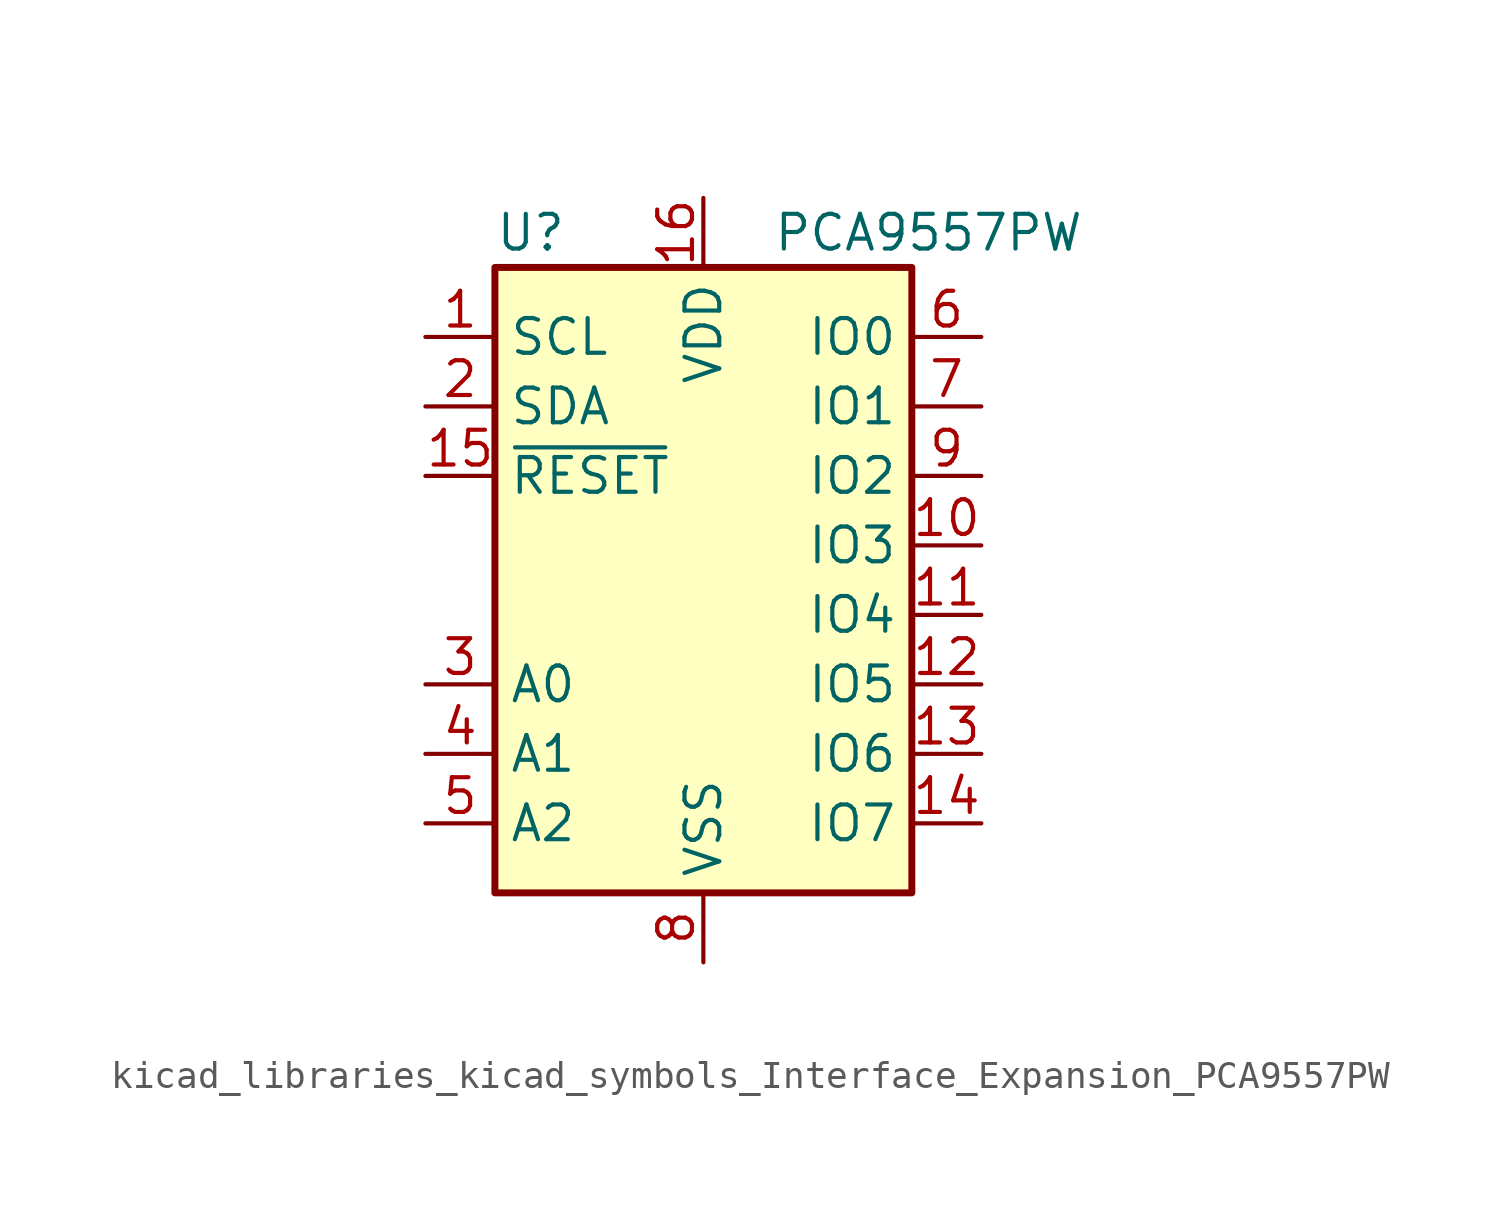
<source format=kicad_sym>
(kicad_symbol_lib
  (version 20220914)
  (generator kicad_symbol_editor)
  (symbol "kicad_libraries_kicad_symbols_Interface_Expansion_PCA9557PW"
    (property "Reference" "U"
      (at -7.62 11.43 0)
      (effects (font (size 1.27 1.27)) (justify left)))
    (property "Value" "PCA9557PW"
      (at 2.54 11.43 0)
      (effects (font (size 1.27 1.27)) (justify left)))
    (symbol "kicad_libraries_kicad_symbols_Interface_Expansion_PCA9557PW_0_1"
      (rectangle (start -7.62 -12.7) (end 7.62 10.16) (stroke (width 0.254) (type default)) (fill (type background))))
    (symbol "kicad_libraries_kicad_symbols_Interface_Expansion_PCA9557PW_1_1"
      (pin input line (at -10.16 7.62 0) (length 2.54) (name "SCL" (effects (font (size 1.27 1.27)))) (number "1" (effects (font (size 1.27 1.27)))))
      (pin bidirectional line (at 10.16 0 180) (length 2.54) (name "IO3" (effects (font (size 1.27 1.27)))) (number "10" (effects (font (size 1.27 1.27)))))
      (pin bidirectional line (at 10.16 -2.54 180) (length 2.54) (name "IO4" (effects (font (size 1.27 1.27)))) (number "11" (effects (font (size 1.27 1.27)))))
      (pin bidirectional line (at 10.16 -5.08 180) (length 2.54) (name "IO5" (effects (font (size 1.27 1.27)))) (number "12" (effects (font (size 1.27 1.27)))))
      (pin bidirectional line (at 10.16 -7.62 180) (length 2.54) (name "IO6" (effects (font (size 1.27 1.27)))) (number "13" (effects (font (size 1.27 1.27)))))
      (pin bidirectional line (at 10.16 -10.16 180) (length 2.54) (name "IO7" (effects (font (size 1.27 1.27)))) (number "14" (effects (font (size 1.27 1.27)))))
      (pin input line (at -10.16 2.54 0) (length 2.54) (name "~{RESET}" (effects (font (size 1.27 1.27)))) (number "15" (effects (font (size 1.27 1.27)))))
      (pin power_in line (at 0 12.7 270) (length 2.54) (name "VDD" (effects (font (size 1.27 1.27)))) (number "16" (effects (font (size 1.27 1.27)))))
      (pin bidirectional line (at -10.16 5.08 0) (length 2.54) (name "SDA" (effects (font (size 1.27 1.27)))) (number "2" (effects (font (size 1.27 1.27)))))
      (pin input line (at -10.16 -5.08 0) (length 2.54) (name "A0" (effects (font (size 1.27 1.27)))) (number "3" (effects (font (size 1.27 1.27)))))
      (pin input line (at -10.16 -7.62 0) (length 2.54) (name "A1" (effects (font (size 1.27 1.27)))) (number "4" (effects (font (size 1.27 1.27)))))
      (pin input line (at -10.16 -10.16 0) (length 2.54) (name "A2" (effects (font (size 1.27 1.27)))) (number "5" (effects (font (size 1.27 1.27)))))
      (pin bidirectional line (at 10.16 7.62 180) (length 2.54) (name "IO0" (effects (font (size 1.27 1.27)))) (number "6" (effects (font (size 1.27 1.27)))))
      (pin bidirectional line (at 10.16 5.08 180) (length 2.54) (name "IO1" (effects (font (size 1.27 1.27)))) (number "7" (effects (font (size 1.27 1.27)))))
      (pin power_in line (at 0 -15.24 90) (length 2.54) (name "VSS" (effects (font (size 1.27 1.27)))) (number "8" (effects (font (size 1.27 1.27)))))
      (pin bidirectional line (at 10.16 2.54 180) (length 2.54) (name "IO2" (effects (font (size 1.27 1.27)))) (number "9" (effects (font (size 1.27 1.27))))))))
</source>
